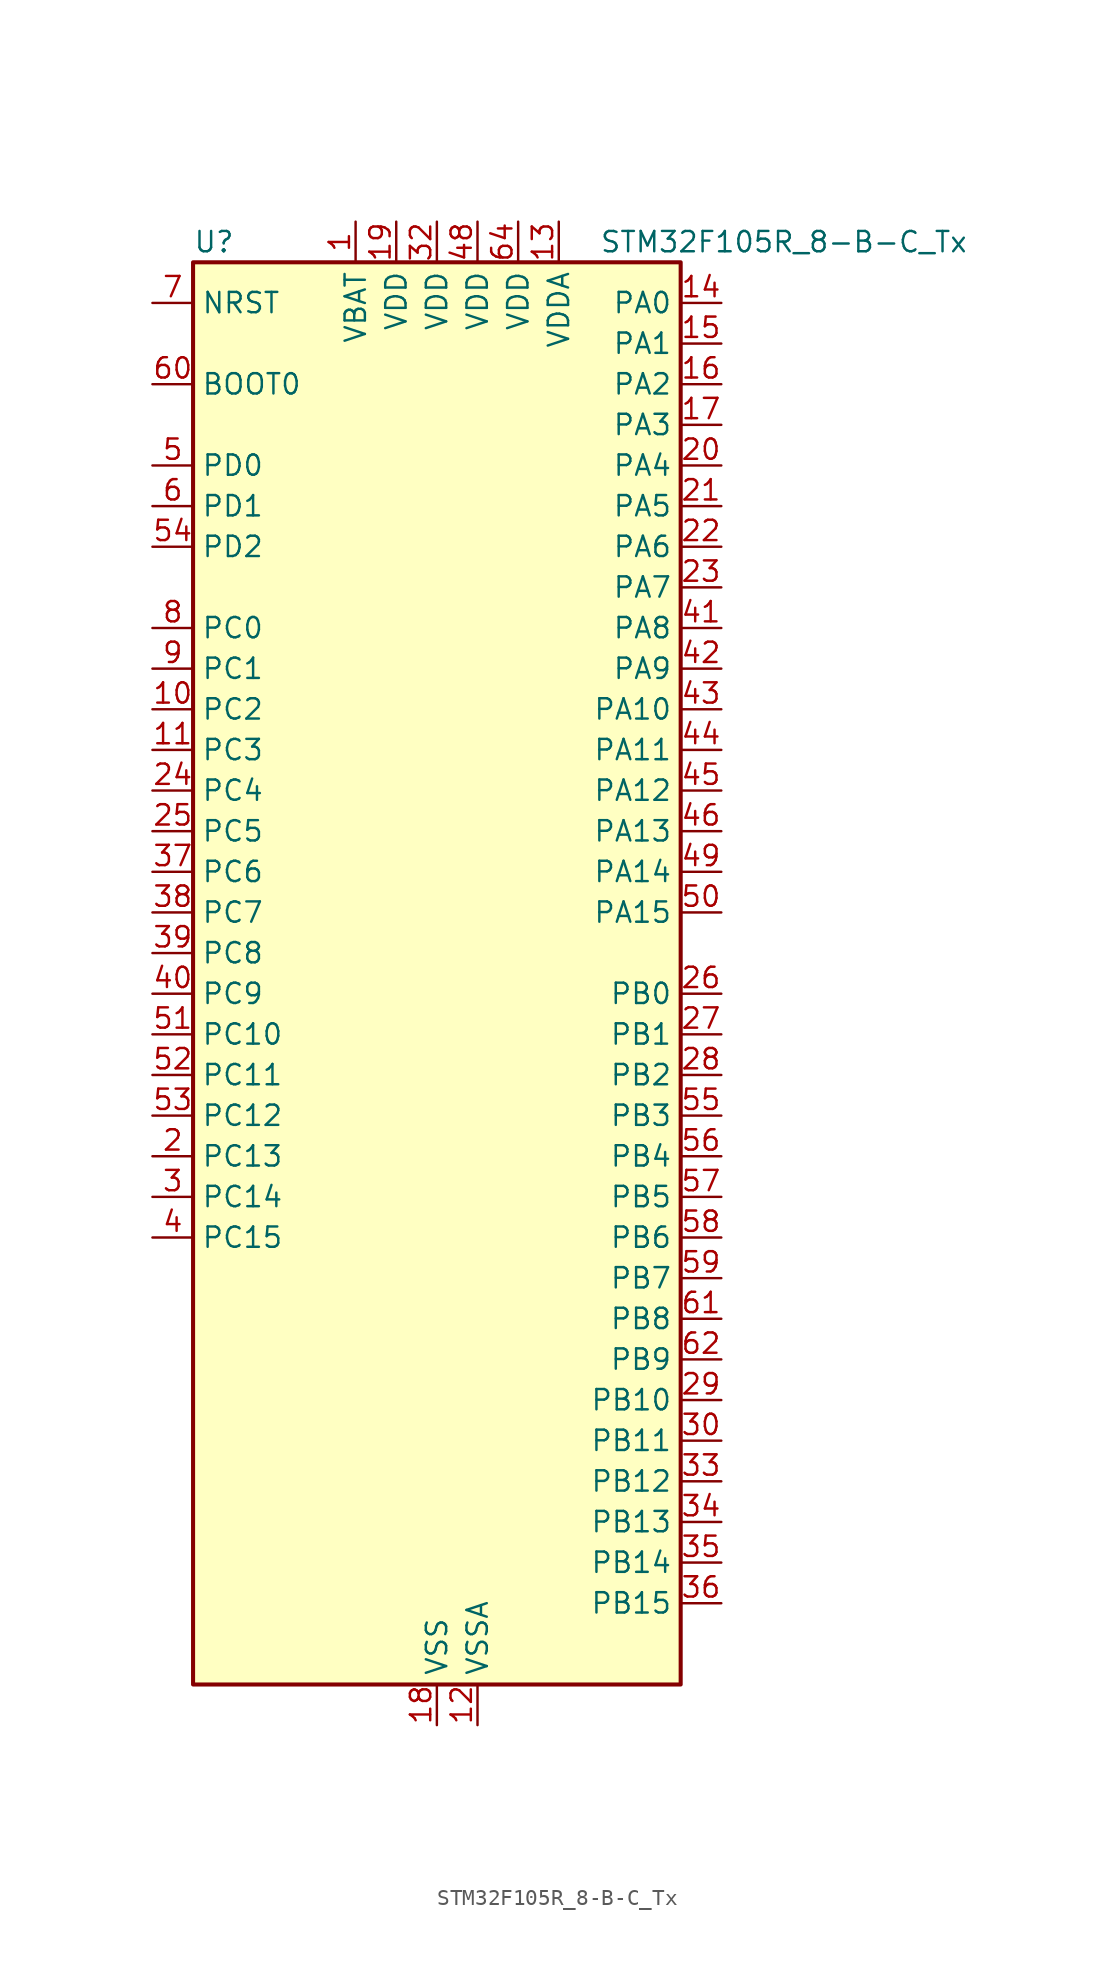
<source format=kicad_sym>
(kicad_symbol_lib
  (version 20220914)
  (generator kicad_symbol_editor)
  (symbol "STM32F105R_8-B-C_Tx"
    (property "Reference" "U"
      (at -15.24 46.99 0)
      (effects (font (size 1.27 1.27)) (justify left)))
    (property "Value" "STM32F105R_8-B-C_Tx"
      (at 10.16 46.99 0)
      (effects (font (size 1.27 1.27)) (justify left)))
    (property "ki_locked" ""
      (at 0 0 0)
      (effects (font (size 1.27 1.27))))
    (symbol "STM32F105R_8-B-C_Tx_0_1"
      (rectangle (start -15.24 -43.18) (end 15.24 45.72) (stroke (width 0.254) (type default)) (fill (type background))))
    (symbol "STM32F105R_8-B-C_Tx_1_1"
      (pin power_in line (at -5.08 48.26 270) (length 2.54) (name "VBAT" (effects (font (size 1.27 1.27)))) (number "1" (effects (font (size 1.27 1.27)))))
      (pin bidirectional line (at -17.78 17.78 0) (length 2.54) (name "PC2" (effects (font (size 1.27 1.27)))) (number "10" (effects (font (size 1.27 1.27)))) (alternate "ADC1_IN12" bidirectional line) (alternate "ADC2_IN12" bidirectional line))
      (pin bidirectional line (at -17.78 15.24 0) (length 2.54) (name "PC3" (effects (font (size 1.27 1.27)))) (number "11" (effects (font (size 1.27 1.27)))) (alternate "ADC1_IN13" bidirectional line) (alternate "ADC2_IN13" bidirectional line))
      (pin power_in line (at 2.54 -45.72 90) (length 2.54) (name "VSSA" (effects (font (size 1.27 1.27)))) (number "12" (effects (font (size 1.27 1.27)))))
      (pin power_in line (at 7.62 48.26 270) (length 2.54) (name "VDDA" (effects (font (size 1.27 1.27)))) (number "13" (effects (font (size 1.27 1.27)))))
      (pin bidirectional line (at 17.78 43.18 180) (length 2.54) (name "PA0" (effects (font (size 1.27 1.27)))) (number "14" (effects (font (size 1.27 1.27)))) (alternate "ADC1_IN0" bidirectional line) (alternate "ADC2_IN0" bidirectional line) (alternate "SYS_WKUP" bidirectional line) (alternate "TIM2_CH1" bidirectional line) (alternate "TIM2_ETR" bidirectional line) (alternate "TIM5_CH1" bidirectional line) (alternate "USART2_CTS" bidirectional line))
      (pin bidirectional line (at 17.78 40.64 180) (length 2.54) (name "PA1" (effects (font (size 1.27 1.27)))) (number "15" (effects (font (size 1.27 1.27)))) (alternate "ADC1_IN1" bidirectional line) (alternate "ADC2_IN1" bidirectional line) (alternate "TIM2_CH2" bidirectional line) (alternate "TIM5_CH2" bidirectional line) (alternate "USART2_RTS" bidirectional line))
      (pin bidirectional line (at 17.78 38.1 180) (length 2.54) (name "PA2" (effects (font (size 1.27 1.27)))) (number "16" (effects (font (size 1.27 1.27)))) (alternate "ADC1_IN2" bidirectional line) (alternate "ADC2_IN2" bidirectional line) (alternate "TIM2_CH3" bidirectional line) (alternate "TIM5_CH3" bidirectional line) (alternate "USART2_TX" bidirectional line))
      (pin bidirectional line (at 17.78 35.56 180) (length 2.54) (name "PA3" (effects (font (size 1.27 1.27)))) (number "17" (effects (font (size 1.27 1.27)))) (alternate "ADC1_IN3" bidirectional line) (alternate "ADC2_IN3" bidirectional line) (alternate "TIM2_CH4" bidirectional line) (alternate "TIM5_CH4" bidirectional line) (alternate "USART2_RX" bidirectional line))
      (pin power_in line (at 0 -45.72 90) (length 2.54) (name "VSS" (effects (font (size 1.27 1.27)))) (number "18" (effects (font (size 1.27 1.27)))))
      (pin power_in line (at -2.54 48.26 270) (length 2.54) (name "VDD" (effects (font (size 1.27 1.27)))) (number "19" (effects (font (size 1.27 1.27)))))
      (pin bidirectional line (at -17.78 -10.16 0) (length 2.54) (name "PC13" (effects (font (size 1.27 1.27)))) (number "2" (effects (font (size 1.27 1.27)))) (alternate "RTC_OUT" bidirectional line) (alternate "RTC_TAMPER" bidirectional line))
      (pin bidirectional line (at 17.78 33.02 180) (length 2.54) (name "PA4" (effects (font (size 1.27 1.27)))) (number "20" (effects (font (size 1.27 1.27)))) (alternate "ADC1_IN4" bidirectional line) (alternate "ADC2_IN4" bidirectional line) (alternate "DAC_OUT1" bidirectional line) (alternate "I2S3_WS" bidirectional line) (alternate "SPI1_NSS" bidirectional line) (alternate "SPI3_NSS" bidirectional line) (alternate "USART2_CK" bidirectional line))
      (pin bidirectional line (at 17.78 30.48 180) (length 2.54) (name "PA5" (effects (font (size 1.27 1.27)))) (number "21" (effects (font (size 1.27 1.27)))) (alternate "ADC1_IN5" bidirectional line) (alternate "ADC2_IN5" bidirectional line) (alternate "DAC_OUT2" bidirectional line) (alternate "SPI1_SCK" bidirectional line))
      (pin bidirectional line (at 17.78 27.94 180) (length 2.54) (name "PA6" (effects (font (size 1.27 1.27)))) (number "22" (effects (font (size 1.27 1.27)))) (alternate "ADC1_IN6" bidirectional line) (alternate "ADC2_IN6" bidirectional line) (alternate "SPI1_MISO" bidirectional line) (alternate "TIM1_BKIN" bidirectional line) (alternate "TIM3_CH1" bidirectional line))
      (pin bidirectional line (at 17.78 25.4 180) (length 2.54) (name "PA7" (effects (font (size 1.27 1.27)))) (number "23" (effects (font (size 1.27 1.27)))) (alternate "ADC1_IN7" bidirectional line) (alternate "ADC2_IN7" bidirectional line) (alternate "SPI1_MOSI" bidirectional line) (alternate "TIM1_CH1N" bidirectional line) (alternate "TIM3_CH2" bidirectional line))
      (pin bidirectional line (at -17.78 12.7 0) (length 2.54) (name "PC4" (effects (font (size 1.27 1.27)))) (number "24" (effects (font (size 1.27 1.27)))) (alternate "ADC1_IN14" bidirectional line) (alternate "ADC2_IN14" bidirectional line))
      (pin bidirectional line (at -17.78 10.16 0) (length 2.54) (name "PC5" (effects (font (size 1.27 1.27)))) (number "25" (effects (font (size 1.27 1.27)))) (alternate "ADC1_IN15" bidirectional line) (alternate "ADC2_IN15" bidirectional line))
      (pin bidirectional line (at 17.78 0 180) (length 2.54) (name "PB0" (effects (font (size 1.27 1.27)))) (number "26" (effects (font (size 1.27 1.27)))) (alternate "ADC1_IN8" bidirectional line) (alternate "ADC2_IN8" bidirectional line) (alternate "TIM1_CH2N" bidirectional line) (alternate "TIM3_CH3" bidirectional line))
      (pin bidirectional line (at 17.78 -2.54 180) (length 2.54) (name "PB1" (effects (font (size 1.27 1.27)))) (number "27" (effects (font (size 1.27 1.27)))) (alternate "ADC1_IN9" bidirectional line) (alternate "ADC2_IN9" bidirectional line) (alternate "TIM1_CH3N" bidirectional line) (alternate "TIM3_CH4" bidirectional line))
      (pin bidirectional line (at 17.78 -5.08 180) (length 2.54) (name "PB2" (effects (font (size 1.27 1.27)))) (number "28" (effects (font (size 1.27 1.27)))))
      (pin bidirectional line (at 17.78 -25.4 180) (length 2.54) (name "PB10" (effects (font (size 1.27 1.27)))) (number "29" (effects (font (size 1.27 1.27)))) (alternate "I2C2_SCL" bidirectional line) (alternate "TIM2_CH3" bidirectional line) (alternate "USART3_TX" bidirectional line))
      (pin bidirectional line (at -17.78 -12.7 0) (length 2.54) (name "PC14" (effects (font (size 1.27 1.27)))) (number "3" (effects (font (size 1.27 1.27)))) (alternate "RCC_OSC32_IN" bidirectional line))
      (pin bidirectional line (at 17.78 -27.94 180) (length 2.54) (name "PB11" (effects (font (size 1.27 1.27)))) (number "30" (effects (font (size 1.27 1.27)))) (alternate "ADC1_EXTI11" bidirectional line) (alternate "ADC2_EXTI11" bidirectional line) (alternate "I2C2_SDA" bidirectional line) (alternate "TIM2_CH4" bidirectional line) (alternate "USART3_RX" bidirectional line))
      (pin passive line (at 0 -45.72 90) (length 2.54) hide (name "VSS" (effects (font (size 1.27 1.27)))) (number "31" (effects (font (size 1.27 1.27)))))
      (pin power_in line (at 0 48.26 270) (length 2.54) (name "VDD" (effects (font (size 1.27 1.27)))) (number "32" (effects (font (size 1.27 1.27)))))
      (pin bidirectional line (at 17.78 -30.48 180) (length 2.54) (name "PB12" (effects (font (size 1.27 1.27)))) (number "33" (effects (font (size 1.27 1.27)))) (alternate "CAN2_RX" bidirectional line) (alternate "I2C2_SMBA" bidirectional line) (alternate "I2S2_WS" bidirectional line) (alternate "SPI2_NSS" bidirectional line) (alternate "TIM1_BKIN" bidirectional line) (alternate "USART3_CK" bidirectional line))
      (pin bidirectional line (at 17.78 -33.02 180) (length 2.54) (name "PB13" (effects (font (size 1.27 1.27)))) (number "34" (effects (font (size 1.27 1.27)))) (alternate "CAN2_TX" bidirectional line) (alternate "I2S2_CK" bidirectional line) (alternate "SPI2_SCK" bidirectional line) (alternate "TIM1_CH1N" bidirectional line) (alternate "USART3_CTS" bidirectional line))
      (pin bidirectional line (at 17.78 -35.56 180) (length 2.54) (name "PB14" (effects (font (size 1.27 1.27)))) (number "35" (effects (font (size 1.27 1.27)))) (alternate "SPI2_MISO" bidirectional line) (alternate "TIM1_CH2N" bidirectional line) (alternate "USART3_RTS" bidirectional line))
      (pin bidirectional line (at 17.78 -38.1 180) (length 2.54) (name "PB15" (effects (font (size 1.27 1.27)))) (number "36" (effects (font (size 1.27 1.27)))) (alternate "ADC1_EXTI15" bidirectional line) (alternate "ADC2_EXTI15" bidirectional line) (alternate "I2S2_SD" bidirectional line) (alternate "SPI2_MOSI" bidirectional line) (alternate "TIM1_CH3N" bidirectional line))
      (pin bidirectional line (at -17.78 7.62 0) (length 2.54) (name "PC6" (effects (font (size 1.27 1.27)))) (number "37" (effects (font (size 1.27 1.27)))) (alternate "I2S2_MCK" bidirectional line) (alternate "TIM3_CH1" bidirectional line))
      (pin bidirectional line (at -17.78 5.08 0) (length 2.54) (name "PC7" (effects (font (size 1.27 1.27)))) (number "38" (effects (font (size 1.27 1.27)))) (alternate "I2S3_MCK" bidirectional line) (alternate "TIM3_CH2" bidirectional line))
      (pin bidirectional line (at -17.78 2.54 0) (length 2.54) (name "PC8" (effects (font (size 1.27 1.27)))) (number "39" (effects (font (size 1.27 1.27)))) (alternate "TIM3_CH3" bidirectional line))
      (pin bidirectional line (at -17.78 -15.24 0) (length 2.54) (name "PC15" (effects (font (size 1.27 1.27)))) (number "4" (effects (font (size 1.27 1.27)))) (alternate "ADC1_EXTI15" bidirectional line) (alternate "ADC2_EXTI15" bidirectional line) (alternate "RCC_OSC32_OUT" bidirectional line))
      (pin bidirectional line (at -17.78 0 0) (length 2.54) (name "PC9" (effects (font (size 1.27 1.27)))) (number "40" (effects (font (size 1.27 1.27)))) (alternate "DAC_EXTI9" bidirectional line) (alternate "TIM3_CH4" bidirectional line))
      (pin bidirectional line (at 17.78 22.86 180) (length 2.54) (name "PA8" (effects (font (size 1.27 1.27)))) (number "41" (effects (font (size 1.27 1.27)))) (alternate "RCC_MCO" bidirectional line) (alternate "TIM1_CH1" bidirectional line) (alternate "USART1_CK" bidirectional line) (alternate "USB_OTG_FS_SOF" bidirectional line))
      (pin bidirectional line (at 17.78 20.32 180) (length 2.54) (name "PA9" (effects (font (size 1.27 1.27)))) (number "42" (effects (font (size 1.27 1.27)))) (alternate "DAC_EXTI9" bidirectional line) (alternate "TIM1_CH2" bidirectional line) (alternate "USART1_TX" bidirectional line) (alternate "USB_OTG_FS_VBUS" bidirectional line))
      (pin bidirectional line (at 17.78 17.78 180) (length 2.54) (name "PA10" (effects (font (size 1.27 1.27)))) (number "43" (effects (font (size 1.27 1.27)))) (alternate "TIM1_CH3" bidirectional line) (alternate "USART1_RX" bidirectional line) (alternate "USB_OTG_FS_ID" bidirectional line))
      (pin bidirectional line (at 17.78 15.24 180) (length 2.54) (name "PA11" (effects (font (size 1.27 1.27)))) (number "44" (effects (font (size 1.27 1.27)))) (alternate "ADC1_EXTI11" bidirectional line) (alternate "ADC2_EXTI11" bidirectional line) (alternate "CAN1_RX" bidirectional line) (alternate "TIM1_CH4" bidirectional line) (alternate "USART1_CTS" bidirectional line) (alternate "USB_OTG_FS_DM" bidirectional line))
      (pin bidirectional line (at 17.78 12.7 180) (length 2.54) (name "PA12" (effects (font (size 1.27 1.27)))) (number "45" (effects (font (size 1.27 1.27)))) (alternate "CAN1_TX" bidirectional line) (alternate "TIM1_ETR" bidirectional line) (alternate "USART1_RTS" bidirectional line) (alternate "USB_OTG_FS_DP" bidirectional line))
      (pin bidirectional line (at 17.78 10.16 180) (length 2.54) (name "PA13" (effects (font (size 1.27 1.27)))) (number "46" (effects (font (size 1.27 1.27)))) (alternate "SYS_JTMS-SWDIO" bidirectional line))
      (pin passive line (at 0 -45.72 90) (length 2.54) hide (name "VSS" (effects (font (size 1.27 1.27)))) (number "47" (effects (font (size 1.27 1.27)))))
      (pin power_in line (at 2.54 48.26 270) (length 2.54) (name "VDD" (effects (font (size 1.27 1.27)))) (number "48" (effects (font (size 1.27 1.27)))))
      (pin bidirectional line (at 17.78 7.62 180) (length 2.54) (name "PA14" (effects (font (size 1.27 1.27)))) (number "49" (effects (font (size 1.27 1.27)))) (alternate "SYS_JTCK-SWCLK" bidirectional line))
      (pin bidirectional line (at -17.78 33.02 0) (length 2.54) (name "PD0" (effects (font (size 1.27 1.27)))) (number "5" (effects (font (size 1.27 1.27)))) (alternate "RCC_OSC_IN" bidirectional line))
      (pin bidirectional line (at 17.78 5.08 180) (length 2.54) (name "PA15" (effects (font (size 1.27 1.27)))) (number "50" (effects (font (size 1.27 1.27)))) (alternate "ADC1_EXTI15" bidirectional line) (alternate "ADC2_EXTI15" bidirectional line) (alternate "I2S3_WS" bidirectional line) (alternate "SPI1_NSS" bidirectional line) (alternate "SPI3_NSS" bidirectional line) (alternate "SYS_JTDI" bidirectional line) (alternate "TIM2_CH1" bidirectional line) (alternate "TIM2_ETR" bidirectional line))
      (pin bidirectional line (at -17.78 -2.54 0) (length 2.54) (name "PC10" (effects (font (size 1.27 1.27)))) (number "51" (effects (font (size 1.27 1.27)))) (alternate "I2S3_CK" bidirectional line) (alternate "SPI3_SCK" bidirectional line) (alternate "UART4_TX" bidirectional line) (alternate "USART3_TX" bidirectional line))
      (pin bidirectional line (at -17.78 -5.08 0) (length 2.54) (name "PC11" (effects (font (size 1.27 1.27)))) (number "52" (effects (font (size 1.27 1.27)))) (alternate "ADC1_EXTI11" bidirectional line) (alternate "ADC2_EXTI11" bidirectional line) (alternate "SPI3_MISO" bidirectional line) (alternate "UART4_RX" bidirectional line) (alternate "USART3_RX" bidirectional line))
      (pin bidirectional line (at -17.78 -7.62 0) (length 2.54) (name "PC12" (effects (font (size 1.27 1.27)))) (number "53" (effects (font (size 1.27 1.27)))) (alternate "I2S3_SD" bidirectional line) (alternate "SPI3_MOSI" bidirectional line) (alternate "UART5_TX" bidirectional line) (alternate "USART3_CK" bidirectional line))
      (pin bidirectional line (at -17.78 27.94 0) (length 2.54) (name "PD2" (effects (font (size 1.27 1.27)))) (number "54" (effects (font (size 1.27 1.27)))) (alternate "TIM3_ETR" bidirectional line) (alternate "UART5_RX" bidirectional line))
      (pin bidirectional line (at 17.78 -7.62 180) (length 2.54) (name "PB3" (effects (font (size 1.27 1.27)))) (number "55" (effects (font (size 1.27 1.27)))) (alternate "I2S3_CK" bidirectional line) (alternate "SPI1_SCK" bidirectional line) (alternate "SPI3_SCK" bidirectional line) (alternate "SYS_JTDO" bidirectional line) (alternate "SYS_TRACESWO" bidirectional line) (alternate "TIM2_CH2" bidirectional line))
      (pin bidirectional line (at 17.78 -10.16 180) (length 2.54) (name "PB4" (effects (font (size 1.27 1.27)))) (number "56" (effects (font (size 1.27 1.27)))) (alternate "SPI1_MISO" bidirectional line) (alternate "SPI3_MISO" bidirectional line) (alternate "SYS_NJTRST" bidirectional line) (alternate "TIM3_CH1" bidirectional line))
      (pin bidirectional line (at 17.78 -12.7 180) (length 2.54) (name "PB5" (effects (font (size 1.27 1.27)))) (number "57" (effects (font (size 1.27 1.27)))) (alternate "CAN2_RX" bidirectional line) (alternate "I2C1_SMBA" bidirectional line) (alternate "I2S3_SD" bidirectional line) (alternate "SPI1_MOSI" bidirectional line) (alternate "SPI3_MOSI" bidirectional line) (alternate "TIM3_CH2" bidirectional line))
      (pin bidirectional line (at 17.78 -15.24 180) (length 2.54) (name "PB6" (effects (font (size 1.27 1.27)))) (number "58" (effects (font (size 1.27 1.27)))) (alternate "CAN2_TX" bidirectional line) (alternate "I2C1_SCL" bidirectional line) (alternate "TIM4_CH1" bidirectional line) (alternate "USART1_TX" bidirectional line))
      (pin bidirectional line (at 17.78 -17.78 180) (length 2.54) (name "PB7" (effects (font (size 1.27 1.27)))) (number "59" (effects (font (size 1.27 1.27)))) (alternate "I2C1_SDA" bidirectional line) (alternate "TIM4_CH2" bidirectional line) (alternate "USART1_RX" bidirectional line))
      (pin bidirectional line (at -17.78 30.48 0) (length 2.54) (name "PD1" (effects (font (size 1.27 1.27)))) (number "6" (effects (font (size 1.27 1.27)))) (alternate "RCC_OSC_OUT" bidirectional line))
      (pin input line (at -17.78 38.1 0) (length 2.54) (name "BOOT0" (effects (font (size 1.27 1.27)))) (number "60" (effects (font (size 1.27 1.27)))))
      (pin bidirectional line (at 17.78 -20.32 180) (length 2.54) (name "PB8" (effects (font (size 1.27 1.27)))) (number "61" (effects (font (size 1.27 1.27)))) (alternate "CAN1_RX" bidirectional line) (alternate "I2C1_SCL" bidirectional line) (alternate "TIM4_CH3" bidirectional line))
      (pin bidirectional line (at 17.78 -22.86 180) (length 2.54) (name "PB9" (effects (font (size 1.27 1.27)))) (number "62" (effects (font (size 1.27 1.27)))) (alternate "CAN1_TX" bidirectional line) (alternate "DAC_EXTI9" bidirectional line) (alternate "I2C1_SDA" bidirectional line) (alternate "TIM4_CH4" bidirectional line))
      (pin passive line (at 0 -45.72 90) (length 2.54) hide (name "VSS" (effects (font (size 1.27 1.27)))) (number "63" (effects (font (size 1.27 1.27)))))
      (pin power_in line (at 5.08 48.26 270) (length 2.54) (name "VDD" (effects (font (size 1.27 1.27)))) (number "64" (effects (font (size 1.27 1.27)))))
      (pin input line (at -17.78 43.18 0) (length 2.54) (name "NRST" (effects (font (size 1.27 1.27)))) (number "7" (effects (font (size 1.27 1.27)))))
      (pin bidirectional line (at -17.78 22.86 0) (length 2.54) (name "PC0" (effects (font (size 1.27 1.27)))) (number "8" (effects (font (size 1.27 1.27)))) (alternate "ADC1_IN10" bidirectional line) (alternate "ADC2_IN10" bidirectional line))
      (pin bidirectional line (at -17.78 20.32 0) (length 2.54) (name "PC1" (effects (font (size 1.27 1.27)))) (number "9" (effects (font (size 1.27 1.27)))) (alternate "ADC1_IN11" bidirectional line) (alternate "ADC2_IN11" bidirectional line)))))
</source>
